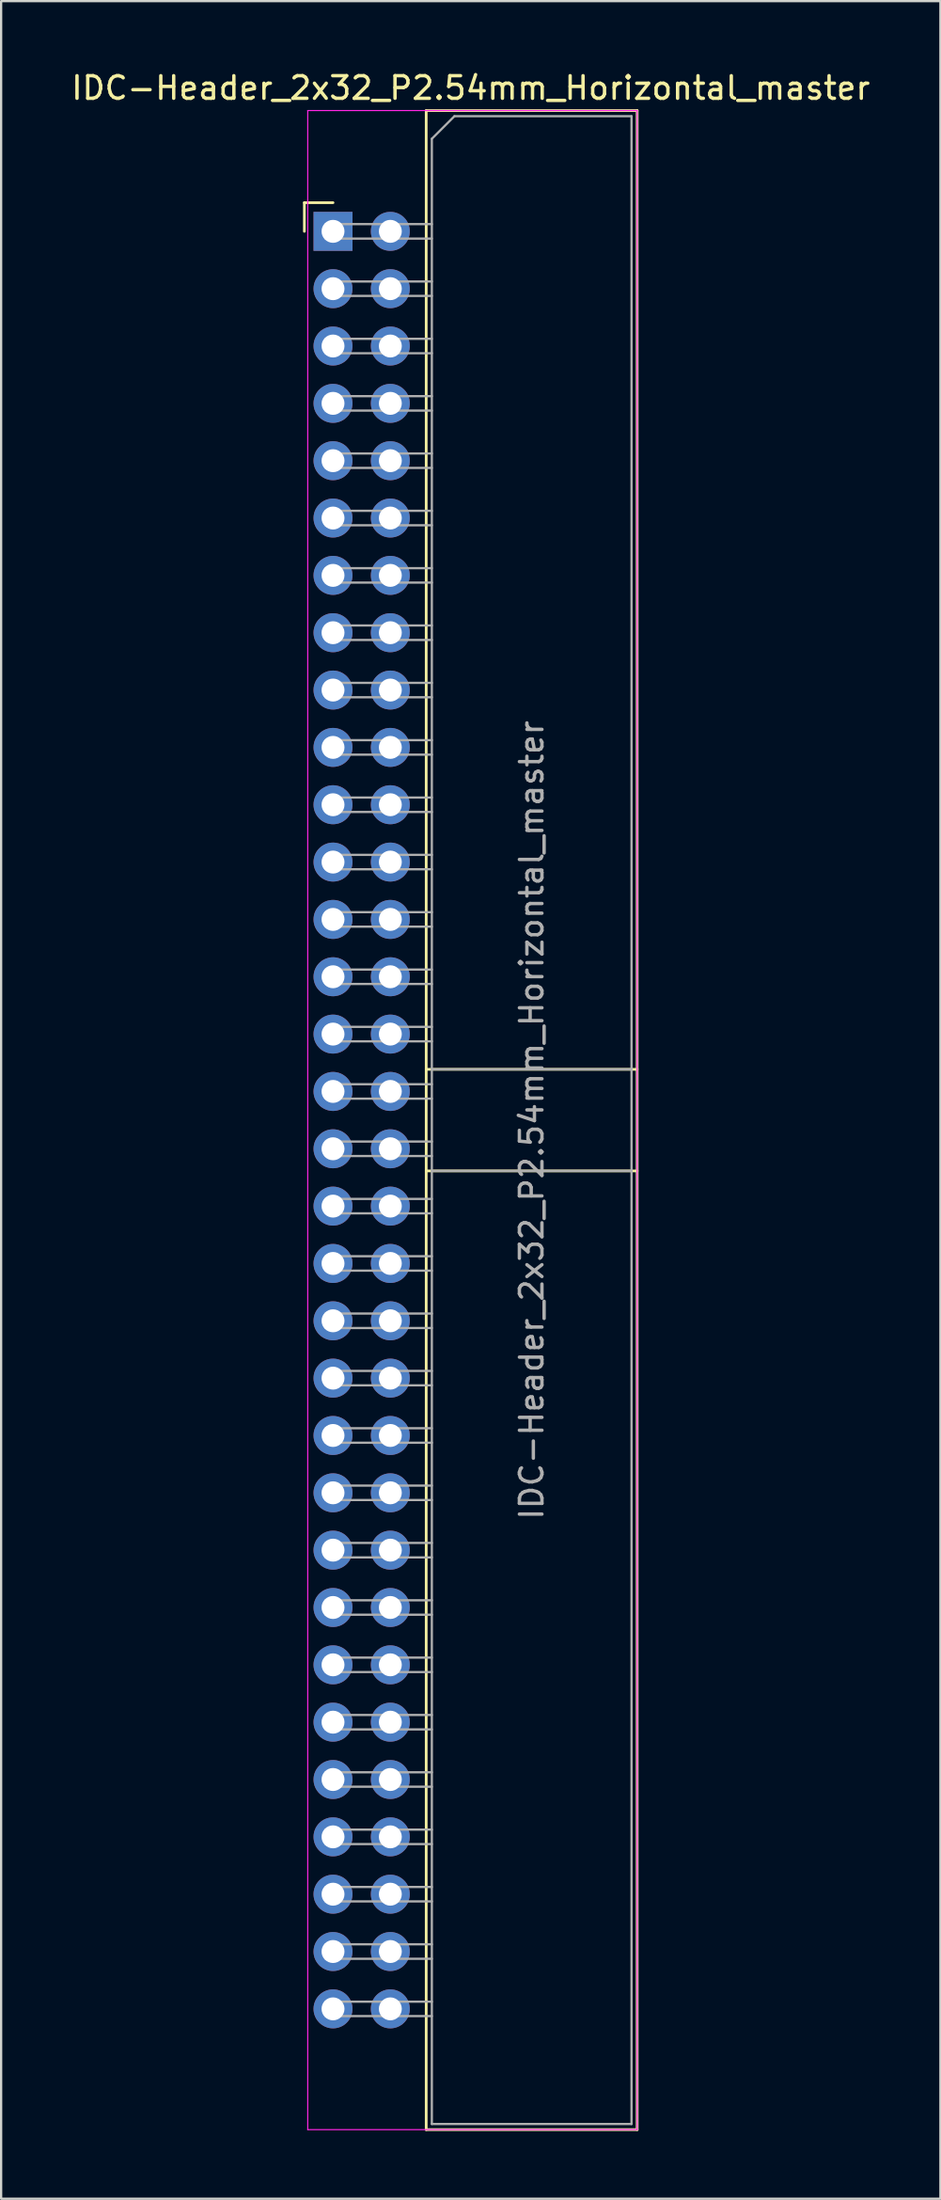
<source format=kicad_pcb>
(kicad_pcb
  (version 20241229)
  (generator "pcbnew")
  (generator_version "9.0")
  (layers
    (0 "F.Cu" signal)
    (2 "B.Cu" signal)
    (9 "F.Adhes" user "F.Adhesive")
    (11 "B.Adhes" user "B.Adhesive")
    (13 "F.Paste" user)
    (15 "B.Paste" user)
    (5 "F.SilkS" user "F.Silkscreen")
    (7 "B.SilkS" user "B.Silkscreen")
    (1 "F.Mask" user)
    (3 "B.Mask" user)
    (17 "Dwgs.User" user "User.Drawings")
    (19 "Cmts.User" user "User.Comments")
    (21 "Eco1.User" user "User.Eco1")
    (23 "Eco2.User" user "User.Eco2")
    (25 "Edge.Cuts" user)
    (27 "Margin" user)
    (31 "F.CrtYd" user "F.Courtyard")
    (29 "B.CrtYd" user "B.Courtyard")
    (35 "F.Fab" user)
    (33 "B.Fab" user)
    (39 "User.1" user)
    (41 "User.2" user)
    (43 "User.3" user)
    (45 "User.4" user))
  (footprint "IDC-Header_2x32_P2.54mm_Horizontal_master"
    (layer "F.Cu")
    (at 11.71 7.198)
    (property "Reference" "IDC-Header_2x32_P2.54mm_Horizontal_master" (at 6.105 -6.35 0) (layer "F.SilkS") (effects (font (size 1 1) (thickness 0.15))))
    (attr through_hole)
    (fp_line (start -1.27 -1.27) (end -1.27 0) (stroke (width 0.12) (type solid)) (layer "F.SilkS"))
    (fp_line (start 0 -1.27) (end -1.27 -1.27) (stroke (width 0.12) (type solid)) (layer "F.SilkS"))
    (fp_line (start 4.13 -5.35) (end 13.48 -5.35) (stroke (width 0.12) (type solid)) (layer "F.SilkS"))
    (fp_line (start 4.13 37.12) (end 13.48 37.12) (stroke (width 0.12) (type solid)) (layer "F.SilkS"))
    (fp_line (start 4.13 41.62) (end 13.48 41.62) (stroke (width 0.12) (type solid)) (layer "F.SilkS"))
    (fp_line (start 4.13 84.09) (end 4.13 -5.35) (stroke (width 0.12) (type solid)) (layer "F.SilkS"))
    (fp_line (start 4.13 84.09) (end 13.48 84.09) (stroke (width 0.12) (type solid)) (layer "F.SilkS"))
    (fp_line (start 13.48 -5.35) (end 13.48 84.09) (stroke (width 0.12) (type solid)) (layer "F.SilkS"))
    (fp_line (start -1.12 -5.35) (end 13.48 -5.35) (stroke (width 0.05) (type solid)) (layer "F.CrtYd"))
    (fp_line (start -1.12 84.09) (end -1.12 -5.35) (stroke (width 0.05) (type solid)) (layer "F.CrtYd"))
    (fp_line (start 13.48 -5.35) (end 13.48 84.09) (stroke (width 0.05) (type solid)) (layer "F.CrtYd"))
    (fp_line (start 13.48 84.09) (end -1.12 84.09) (stroke (width 0.05) (type solid)) (layer "F.CrtYd"))
    (fp_line (start -0.32 -0.32) (end -0.32 0.32) (stroke (width 0.1) (type solid)) (layer "F.Fab"))
    (fp_line (start -0.32 0.32) (end 4.38 0.32) (stroke (width 0.1) (type solid)) (layer "F.Fab"))
    (fp_line (start -0.32 2.22) (end -0.32 2.86) (stroke (width 0.1) (type solid)) (layer "F.Fab"))
    (fp_line (start -0.32 2.86) (end 4.38 2.86) (stroke (width 0.1) (type solid)) (layer "F.Fab"))
    (fp_line (start -0.32 4.76) (end -0.32 5.4) (stroke (width 0.1) (type solid)) (layer "F.Fab"))
    (fp_line (start -0.32 5.4) (end 4.38 5.4) (stroke (width 0.1) (type solid)) (layer "F.Fab"))
    (fp_line (start -0.32 7.3) (end -0.32 7.94) (stroke (width 0.1) (type solid)) (layer "F.Fab"))
    (fp_line (start -0.32 7.94) (end 4.38 7.94) (stroke (width 0.1) (type solid)) (layer "F.Fab"))
    (fp_line (start -0.32 9.84) (end -0.32 10.48) (stroke (width 0.1) (type solid)) (layer "F.Fab"))
    (fp_line (start -0.32 10.48) (end 4.38 10.48) (stroke (width 0.1) (type solid)) (layer "F.Fab"))
    (fp_line (start -0.32 12.38) (end -0.32 13.02) (stroke (width 0.1) (type solid)) (layer "F.Fab"))
    (fp_line (start -0.32 13.02) (end 4.38 13.02) (stroke (width 0.1) (type solid)) (layer "F.Fab"))
    (fp_line (start -0.32 14.92) (end -0.32 15.56) (stroke (width 0.1) (type solid)) (layer "F.Fab"))
    (fp_line (start -0.32 15.56) (end 4.38 15.56) (stroke (width 0.1) (type solid)) (layer "F.Fab"))
    (fp_line (start -0.32 17.46) (end -0.32 18.1) (stroke (width 0.1) (type solid)) (layer "F.Fab"))
    (fp_line (start -0.32 18.1) (end 4.38 18.1) (stroke (width 0.1) (type solid)) (layer "F.Fab"))
    (fp_line (start -0.32 20) (end -0.32 20.64) (stroke (width 0.1) (type solid)) (layer "F.Fab"))
    (fp_line (start -0.32 20.64) (end 4.38 20.64) (stroke (width 0.1) (type solid)) (layer "F.Fab"))
    (fp_line (start -0.32 22.54) (end -0.32 23.18) (stroke (width 0.1) (type solid)) (layer "F.Fab"))
    (fp_line (start -0.32 23.18) (end 4.38 23.18) (stroke (width 0.1) (type solid)) (layer "F.Fab"))
    (fp_line (start -0.32 25.08) (end -0.32 25.72) (stroke (width 0.1) (type solid)) (layer "F.Fab"))
    (fp_line (start -0.32 25.72) (end 4.38 25.72) (stroke (width 0.1) (type solid)) (layer "F.Fab"))
    (fp_line (start -0.32 27.62) (end -0.32 28.26) (stroke (width 0.1) (type solid)) (layer "F.Fab"))
    (fp_line (start -0.32 28.26) (end 4.38 28.26) (stroke (width 0.1) (type solid)) (layer "F.Fab"))
    (fp_line (start -0.32 30.16) (end -0.32 30.8) (stroke (width 0.1) (type solid)) (layer "F.Fab"))
    (fp_line (start -0.32 30.8) (end 4.38 30.8) (stroke (width 0.1) (type solid)) (layer "F.Fab"))
    (fp_line (start -0.32 32.7) (end -0.32 33.34) (stroke (width 0.1) (type solid)) (layer "F.Fab"))
    (fp_line (start -0.32 33.34) (end 4.38 33.34) (stroke (width 0.1) (type solid)) (layer "F.Fab"))
    (fp_line (start -0.32 35.24) (end -0.32 35.88) (stroke (width 0.1) (type solid)) (layer "F.Fab"))
    (fp_line (start -0.32 35.88) (end 4.38 35.88) (stroke (width 0.1) (type solid)) (layer "F.Fab"))
    (fp_line (start -0.32 37.78) (end -0.32 38.42) (stroke (width 0.1) (type solid)) (layer "F.Fab"))
    (fp_line (start -0.32 38.42) (end 4.38 38.42) (stroke (width 0.1) (type solid)) (layer "F.Fab"))
    (fp_line (start -0.32 40.32) (end -0.32 40.96) (stroke (width 0.1) (type solid)) (layer "F.Fab"))
    (fp_line (start -0.32 40.96) (end 4.38 40.96) (stroke (width 0.1) (type solid)) (layer "F.Fab"))
    (fp_line (start -0.32 42.86) (end -0.32 43.5) (stroke (width 0.1) (type solid)) (layer "F.Fab"))
    (fp_line (start -0.32 43.5) (end 4.38 43.5) (stroke (width 0.1) (type solid)) (layer "F.Fab"))
    (fp_line (start -0.32 45.4) (end -0.32 46.04) (stroke (width 0.1) (type solid)) (layer "F.Fab"))
    (fp_line (start -0.32 46.04) (end 4.38 46.04) (stroke (width 0.1) (type solid)) (layer "F.Fab"))
    (fp_line (start -0.32 47.94) (end -0.32 48.58) (stroke (width 0.1) (type solid)) (layer "F.Fab"))
    (fp_line (start -0.32 48.58) (end 4.38 48.58) (stroke (width 0.1) (type solid)) (layer "F.Fab"))
    (fp_line (start -0.32 50.48) (end -0.32 51.12) (stroke (width 0.1) (type solid)) (layer "F.Fab"))
    (fp_line (start -0.32 51.12) (end 4.38 51.12) (stroke (width 0.1) (type solid)) (layer "F.Fab"))
    (fp_line (start -0.32 53.02) (end -0.32 53.66) (stroke (width 0.1) (type solid)) (layer "F.Fab"))
    (fp_line (start -0.32 53.66) (end 4.38 53.66) (stroke (width 0.1) (type solid)) (layer "F.Fab"))
    (fp_line (start -0.32 55.56) (end -0.32 56.2) (stroke (width 0.1) (type solid)) (layer "F.Fab"))
    (fp_line (start -0.32 56.2) (end 4.38 56.2) (stroke (width 0.1) (type solid)) (layer "F.Fab"))
    (fp_line (start -0.32 58.1) (end -0.32 58.74) (stroke (width 0.1) (type solid)) (layer "F.Fab"))
    (fp_line (start -0.32 58.74) (end 4.38 58.74) (stroke (width 0.1) (type solid)) (layer "F.Fab"))
    (fp_line (start -0.32 60.64) (end -0.32 61.28) (stroke (width 0.1) (type solid)) (layer "F.Fab"))
    (fp_line (start -0.32 61.28) (end 4.38 61.28) (stroke (width 0.1) (type solid)) (layer "F.Fab"))
    (fp_line (start -0.32 63.18) (end -0.32 63.82) (stroke (width 0.1) (type solid)) (layer "F.Fab"))
    (fp_line (start -0.32 63.82) (end 4.38 63.82) (stroke (width 0.1) (type solid)) (layer "F.Fab"))
    (fp_line (start -0.32 65.72) (end -0.32 66.36) (stroke (width 0.1) (type solid)) (layer "F.Fab"))
    (fp_line (start -0.32 66.36) (end 4.38 66.36) (stroke (width 0.1) (type solid)) (layer "F.Fab"))
    (fp_line (start -0.32 68.26) (end -0.32 68.9) (stroke (width 0.1) (type solid)) (layer "F.Fab"))
    (fp_line (start -0.32 68.9) (end 4.38 68.9) (stroke (width 0.1) (type solid)) (layer "F.Fab"))
    (fp_line (start -0.32 70.8) (end -0.32 71.44) (stroke (width 0.1) (type solid)) (layer "F.Fab"))
    (fp_line (start -0.32 71.44) (end 4.38 71.44) (stroke (width 0.1) (type solid)) (layer "F.Fab"))
    (fp_line (start -0.32 73.34) (end -0.32 73.98) (stroke (width 0.1) (type solid)) (layer "F.Fab"))
    (fp_line (start -0.32 73.98) (end 4.38 73.98) (stroke (width 0.1) (type solid)) (layer "F.Fab"))
    (fp_line (start -0.32 75.88) (end -0.32 76.52) (stroke (width 0.1) (type solid)) (layer "F.Fab"))
    (fp_line (start -0.32 76.52) (end 4.38 76.52) (stroke (width 0.1) (type solid)) (layer "F.Fab"))
    (fp_line (start -0.32 78.42) (end -0.32 79.06) (stroke (width 0.1) (type solid)) (layer "F.Fab"))
    (fp_line (start -0.32 79.06) (end 4.38 79.06) (stroke (width 0.1) (type solid)) (layer "F.Fab"))
    (fp_line (start 4.38 -4.1) (end 5.38 -5.1) (stroke (width 0.1) (type solid)) (layer "F.Fab"))
    (fp_line (start 4.38 -0.32) (end -0.32 -0.32) (stroke (width 0.1) (type solid)) (layer "F.Fab"))
    (fp_line (start 4.38 2.22) (end -0.32 2.22) (stroke (width 0.1) (type solid)) (layer "F.Fab"))
    (fp_line (start 4.38 4.76) (end -0.32 4.76) (stroke (width 0.1) (type solid)) (layer "F.Fab"))
    (fp_line (start 4.38 7.3) (end -0.32 7.3) (stroke (width 0.1) (type solid)) (layer "F.Fab"))
    (fp_line (start 4.38 9.84) (end -0.32 9.84) (stroke (width 0.1) (type solid)) (layer "F.Fab"))
    (fp_line (start 4.38 12.38) (end -0.32 12.38) (stroke (width 0.1) (type solid)) (layer "F.Fab"))
    (fp_line (start 4.38 14.92) (end -0.32 14.92) (stroke (width 0.1) (type solid)) (layer "F.Fab"))
    (fp_line (start 4.38 17.46) (end -0.32 17.46) (stroke (width 0.1) (type solid)) (layer "F.Fab"))
    (fp_line (start 4.38 20) (end -0.32 20) (stroke (width 0.1) (type solid)) (layer "F.Fab"))
    (fp_line (start 4.38 22.54) (end -0.32 22.54) (stroke (width 0.1) (type solid)) (layer "F.Fab"))
    (fp_line (start 4.38 25.08) (end -0.32 25.08) (stroke (width 0.1) (type solid)) (layer "F.Fab"))
    (fp_line (start 4.38 27.62) (end -0.32 27.62) (stroke (width 0.1) (type solid)) (layer "F.Fab"))
    (fp_line (start 4.38 30.16) (end -0.32 30.16) (stroke (width 0.1) (type solid)) (layer "F.Fab"))
    (fp_line (start 4.38 32.7) (end -0.32 32.7) (stroke (width 0.1) (type solid)) (layer "F.Fab"))
    (fp_line (start 4.38 35.24) (end -0.32 35.24) (stroke (width 0.1) (type solid)) (layer "F.Fab"))
    (fp_line (start 4.38 37.12) (end 13.23 37.12) (stroke (width 0.1) (type solid)) (layer "F.Fab"))
    (fp_line (start 4.38 37.78) (end -0.32 37.78) (stroke (width 0.1) (type solid)) (layer "F.Fab"))
    (fp_line (start 4.38 40.32) (end -0.32 40.32) (stroke (width 0.1) (type solid)) (layer "F.Fab"))
    (fp_line (start 4.38 41.62) (end 13.23 41.62) (stroke (width 0.1) (type solid)) (layer "F.Fab"))
    (fp_line (start 4.38 42.86) (end -0.32 42.86) (stroke (width 0.1) (type solid)) (layer "F.Fab"))
    (fp_line (start 4.38 45.4) (end -0.32 45.4) (stroke (width 0.1) (type solid)) (layer "F.Fab"))
    (fp_line (start 4.38 47.94) (end -0.32 47.94) (stroke (width 0.1) (type solid)) (layer "F.Fab"))
    (fp_line (start 4.38 50.48) (end -0.32 50.48) (stroke (width 0.1) (type solid)) (layer "F.Fab"))
    (fp_line (start 4.38 53.02) (end -0.32 53.02) (stroke (width 0.1) (type solid)) (layer "F.Fab"))
    (fp_line (start 4.38 55.56) (end -0.32 55.56) (stroke (width 0.1) (type solid)) (layer "F.Fab"))
    (fp_line (start 4.38 58.1) (end -0.32 58.1) (stroke (width 0.1) (type solid)) (layer "F.Fab"))
    (fp_line (start 4.38 60.64) (end -0.32 60.64) (stroke (width 0.1) (type solid)) (layer "F.Fab"))
    (fp_line (start 4.38 63.18) (end -0.32 63.18) (stroke (width 0.1) (type solid)) (layer "F.Fab"))
    (fp_line (start 4.38 65.72) (end -0.32 65.72) (stroke (width 0.1) (type solid)) (layer "F.Fab"))
    (fp_line (start 4.38 68.26) (end -0.32 68.26) (stroke (width 0.1) (type solid)) (layer "F.Fab"))
    (fp_line (start 4.38 70.8) (end -0.32 70.8) (stroke (width 0.1) (type solid)) (layer "F.Fab"))
    (fp_line (start 4.38 73.34) (end -0.32 73.34) (stroke (width 0.1) (type solid)) (layer "F.Fab"))
    (fp_line (start 4.38 75.88) (end -0.32 75.88) (stroke (width 0.1) (type solid)) (layer "F.Fab"))
    (fp_line (start 4.38 78.42) (end -0.32 78.42) (stroke (width 0.1) (type solid)) (layer "F.Fab"))
    (fp_line (start 4.38 83.84) (end 4.38 -4.1) (stroke (width 0.1) (type solid)) (layer "F.Fab"))
    (fp_line (start 4.38 83.84) (end 13.23 83.84) (stroke (width 0.1) (type solid)) (layer "F.Fab"))
    (fp_line (start 5.38 -5.1) (end 13.23 -5.1) (stroke (width 0.1) (type solid)) (layer "F.Fab"))
    (fp_line (start 13.23 83.84) (end 13.23 -5.1) (stroke (width 0.1) (type solid)) (layer "F.Fab"))
    (fp_text user "${REFERENCE}" (at 8.805 39.37 90) (layer "F.Fab") (effects (font (size 1 1) (thickness 0.15))))
    (pad "1" thru_hole rect (at 0 0) (size 1.727 1.727) (drill 1.016) (layers "*.Cu" "*.Mask"))
    (pad "2" thru_hole oval (at 2.54 0) (size 1.727 1.727) (drill 1.016) (layers "*.Cu" "*.Mask"))
    (pad "3" thru_hole oval (at 0 2.54) (size 1.727 1.727) (drill 1.016) (layers "*.Cu" "*.Mask"))
    (pad "4" thru_hole oval (at 2.54 2.54) (size 1.727 1.727) (drill 1.016) (layers "*.Cu" "*.Mask"))
    (pad "5" thru_hole oval (at 0 5.08) (size 1.727 1.727) (drill 1.016) (layers "*.Cu" "*.Mask"))
    (pad "6" thru_hole oval (at 2.54 5.08) (size 1.727 1.727) (drill 1.016) (layers "*.Cu" "*.Mask"))
    (pad "7" thru_hole oval (at 0 7.62) (size 1.727 1.727) (drill 1.016) (layers "*.Cu" "*.Mask"))
    (pad "8" thru_hole oval (at 2.54 7.62) (size 1.727 1.727) (drill 1.016) (layers "*.Cu" "*.Mask"))
    (pad "9" thru_hole oval (at 0 10.16) (size 1.727 1.727) (drill 1.016) (layers "*.Cu" "*.Mask"))
    (pad "10" thru_hole oval (at 2.54 10.16) (size 1.727 1.727) (drill 1.016) (layers "*.Cu" "*.Mask"))
    (pad "11" thru_hole oval (at 0 12.7) (size 1.727 1.727) (drill 1.016) (layers "*.Cu" "*.Mask"))
    (pad "12" thru_hole oval (at 2.54 12.7) (size 1.727 1.727) (drill 1.016) (layers "*.Cu" "*.Mask"))
    (pad "13" thru_hole oval (at 0 15.24) (size 1.727 1.727) (drill 1.016) (layers "*.Cu" "*.Mask"))
    (pad "14" thru_hole oval (at 2.54 15.24) (size 1.727 1.727) (drill 1.016) (layers "*.Cu" "*.Mask"))
    (pad "15" thru_hole oval (at 0 17.78) (size 1.727 1.727) (drill 1.016) (layers "*.Cu" "*.Mask"))
    (pad "16" thru_hole oval (at 2.54 17.78) (size 1.727 1.727) (drill 1.016) (layers "*.Cu" "*.Mask"))
    (pad "17" thru_hole oval (at 0 20.32) (size 1.727 1.727) (drill 1.016) (layers "*.Cu" "*.Mask"))
    (pad "18" thru_hole oval (at 2.54 20.32) (size 1.727 1.727) (drill 1.016) (layers "*.Cu" "*.Mask"))
    (pad "19" thru_hole oval (at 0 22.86) (size 1.727 1.727) (drill 1.016) (layers "*.Cu" "*.Mask"))
    (pad "20" thru_hole oval (at 2.54 22.86) (size 1.727 1.727) (drill 1.016) (layers "*.Cu" "*.Mask"))
    (pad "21" thru_hole oval (at 0 25.4) (size 1.727 1.727) (drill 1.016) (layers "*.Cu" "*.Mask"))
    (pad "22" thru_hole oval (at 2.54 25.4) (size 1.727 1.727) (drill 1.016) (layers "*.Cu" "*.Mask"))
    (pad "23" thru_hole oval (at 0 27.94) (size 1.727 1.727) (drill 1.016) (layers "*.Cu" "*.Mask"))
    (pad "24" thru_hole oval (at 2.54 27.94) (size 1.727 1.727) (drill 1.016) (layers "*.Cu" "*.Mask"))
    (pad "25" thru_hole oval (at 0 30.48) (size 1.727 1.727) (drill 1.016) (layers "*.Cu" "*.Mask"))
    (pad "26" thru_hole oval (at 2.54 30.48) (size 1.727 1.727) (drill 1.016) (layers "*.Cu" "*.Mask"))
    (pad "27" thru_hole oval (at 0 33.02) (size 1.727 1.727) (drill 1.016) (layers "*.Cu" "*.Mask"))
    (pad "28" thru_hole oval (at 2.54 33.02) (size 1.727 1.727) (drill 1.016) (layers "*.Cu" "*.Mask"))
    (pad "29" thru_hole oval (at 0 35.56) (size 1.727 1.727) (drill 1.016) (layers "*.Cu" "*.Mask"))
    (pad "30" thru_hole oval (at 2.54 35.56) (size 1.727 1.727) (drill 1.016) (layers "*.Cu" "*.Mask"))
    (pad "31" thru_hole oval (at 0 38.1) (size 1.727 1.727) (drill 1.016) (layers "*.Cu" "*.Mask"))
    (pad "32" thru_hole oval (at 2.54 38.1) (size 1.727 1.727) (drill 1.016) (layers "*.Cu" "*.Mask"))
    (pad "33" thru_hole oval (at 0 40.64) (size 1.727 1.727) (drill 1.016) (layers "*.Cu" "*.Mask"))
    (pad "34" thru_hole oval (at 2.54 40.64) (size 1.727 1.727) (drill 1.016) (layers "*.Cu" "*.Mask"))
    (pad "35" thru_hole oval (at 0 43.18) (size 1.727 1.727) (drill 1.016) (layers "*.Cu" "*.Mask"))
    (pad "36" thru_hole oval (at 2.54 43.18) (size 1.727 1.727) (drill 1.016) (layers "*.Cu" "*.Mask"))
    (pad "37" thru_hole oval (at 0 45.72) (size 1.727 1.727) (drill 1.016) (layers "*.Cu" "*.Mask"))
    (pad "38" thru_hole oval (at 2.54 45.72) (size 1.727 1.727) (drill 1.016) (layers "*.Cu" "*.Mask"))
    (pad "39" thru_hole oval (at 0 48.26) (size 1.727 1.727) (drill 1.016) (layers "*.Cu" "*.Mask"))
    (pad "40" thru_hole oval (at 2.54 48.26) (size 1.727 1.727) (drill 1.016) (layers "*.Cu" "*.Mask"))
    (pad "41" thru_hole oval (at 0 50.8) (size 1.727 1.727) (drill 1.016) (layers "*.Cu" "*.Mask"))
    (pad "42" thru_hole oval (at 2.54 50.8) (size 1.727 1.727) (drill 1.016) (layers "*.Cu" "*.Mask"))
    (pad "43" thru_hole oval (at 0 53.34) (size 1.727 1.727) (drill 1.016) (layers "*.Cu" "*.Mask"))
    (pad "44" thru_hole oval (at 2.54 53.34) (size 1.727 1.727) (drill 1.016) (layers "*.Cu" "*.Mask"))
    (pad "45" thru_hole oval (at 0 55.88) (size 1.727 1.727) (drill 1.016) (layers "*.Cu" "*.Mask"))
    (pad "46" thru_hole oval (at 2.54 55.88) (size 1.727 1.727) (drill 1.016) (layers "*.Cu" "*.Mask"))
    (pad "47" thru_hole oval (at 0 58.42) (size 1.727 1.727) (drill 1.016) (layers "*.Cu" "*.Mask"))
    (pad "48" thru_hole oval (at 2.54 58.42) (size 1.727 1.727) (drill 1.016) (layers "*.Cu" "*.Mask"))
    (pad "49" thru_hole oval (at 0 60.96) (size 1.727 1.727) (drill 1.016) (layers "*.Cu" "*.Mask"))
    (pad "50" thru_hole oval (at 2.54 60.96) (size 1.727 1.727) (drill 1.016) (layers "*.Cu" "*.Mask"))
    (pad "51" thru_hole oval (at 0 63.5) (size 1.727 1.727) (drill 1.016) (layers "*.Cu" "*.Mask"))
    (pad "52" thru_hole oval (at 2.54 63.5) (size 1.727 1.727) (drill 1.016) (layers "*.Cu" "*.Mask"))
    (pad "53" thru_hole oval (at 0 66.04) (size 1.727 1.727) (drill 1.016) (layers "*.Cu" "*.Mask"))
    (pad "54" thru_hole oval (at 2.54 66.04) (size 1.727 1.727) (drill 1.016) (layers "*.Cu" "*.Mask"))
    (pad "55" thru_hole oval (at 0 68.58) (size 1.727 1.727) (drill 1.016) (layers "*.Cu" "*.Mask"))
    (pad "56" thru_hole oval (at 2.54 68.58) (size 1.727 1.727) (drill 1.016) (layers "*.Cu" "*.Mask"))
    (pad "57" thru_hole oval (at 0 71.12) (size 1.727 1.727) (drill 1.016) (layers "*.Cu" "*.Mask"))
    (pad "58" thru_hole oval (at 2.54 71.12) (size 1.727 1.727) (drill 1.016) (layers "*.Cu" "*.Mask"))
    (pad "59" thru_hole oval (at 0 73.66) (size 1.727 1.727) (drill 1.016) (layers "*.Cu" "*.Mask"))
    (pad "60" thru_hole oval (at 2.54 73.66) (size 1.727 1.727) (drill 1.016) (layers "*.Cu" "*.Mask"))
    (pad "61" thru_hole oval (at 0 76.2) (size 1.727 1.727) (drill 1.016) (layers "*.Cu" "*.Mask"))
    (pad "62" thru_hole oval (at 2.54 76.2) (size 1.727 1.727) (drill 1.016) (layers "*.Cu" "*.Mask"))
    (pad "63" thru_hole oval (at 0 78.74) (size 1.727 1.727) (drill 1.016) (layers "*.Cu" "*.Mask"))
    (pad "64" thru_hole oval (at 2.54 78.74) (size 1.727 1.727) (drill 1.016) (layers "*.Cu" "*.Mask")))
  (gr_rect
    (start -3 -3)
    (end 38.631 94.348)
    (stroke (width 0.1) (type default))
    (fill no)
    (layer "Edge.Cuts")))
</source>
